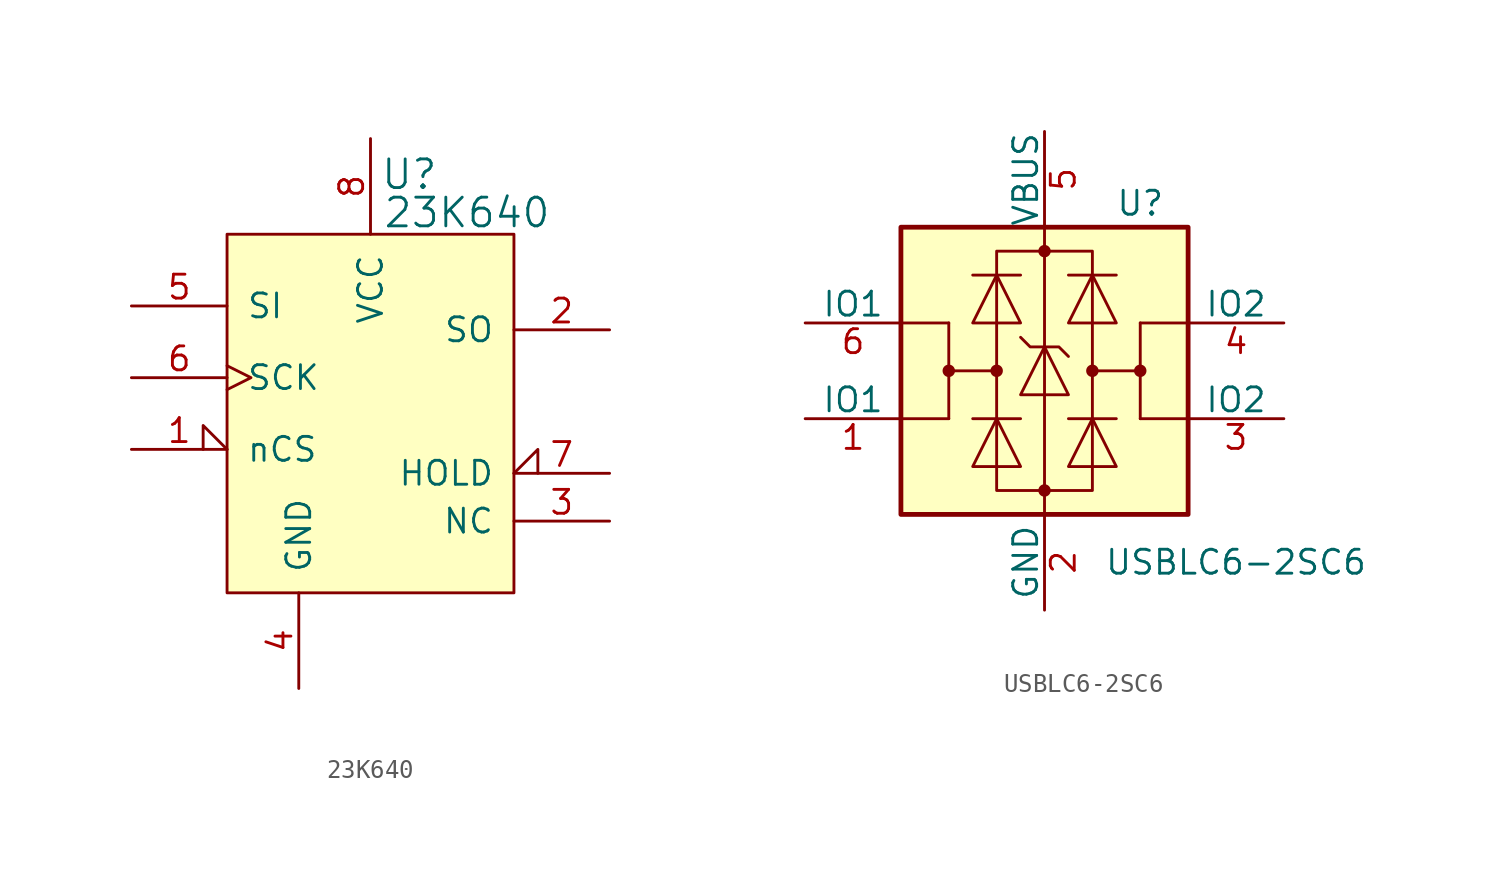
<source format=kicad_sym>
(kicad_symbol_lib
  (version 20220126)
  (generator kicad_symbol_editor)
  (symbol "23K640"
    (pin_names
      (offset 1.016))
    (property "Reference" "U"
      (at 4.318 9.525 0)
      (effects (font (size 1.524 1.524)) (justify left)))
    (property "Value" "23K640"
      (at 4.445 7.493 0)
      (effects (font (size 1.524 1.524)) (justify left)))
    (symbol "23K640_0_1"
      (rectangle (start 11.43 -12.7) (end -3.81 6.35) (stroke (width 0) (type default)) (fill (type background))))
    (symbol "23K640_1_1"
      (pin input input_low (at -8.89 -5.08 0) (length 5.08) (name "nCS" (effects (font (size 1.27 1.27)))) (number "1" (effects (font (size 1.27 1.27)))))
      (pin output line (at 16.51 1.27 180) (length 5.08) (name "SO" (effects (font (size 1.27 1.27)))) (number "2" (effects (font (size 1.27 1.27)))))
      (pin passive line (at 16.51 -8.89 180) (length 5.08) (name "NC" (effects (font (size 1.27 1.27)))) (number "3" (effects (font (size 1.27 1.27)))))
      (pin power_in line (at 0 -17.78 90) (length 5.08) (name "GND" (effects (font (size 1.27 1.27)))) (number "4" (effects (font (size 1.27 1.27)))))
      (pin input line (at -8.89 2.54 0) (length 5.08) (name "SI" (effects (font (size 1.27 1.27)))) (number "5" (effects (font (size 1.27 1.27)))))
      (pin input clock (at -8.89 -1.27 0) (length 5.08) (name "SCK" (effects (font (size 1.27 1.27)))) (number "6" (effects (font (size 1.27 1.27)))))
      (pin input input_low (at 16.51 -6.35 180) (length 5.08) (name "HOLD" (effects (font (size 1.27 1.27)))) (number "7" (effects (font (size 1.27 1.27)))))
      (pin power_in line (at 3.81 11.43 270) (length 5.08) (name "VCC" (effects (font (size 1.27 1.27)))) (number "8" (effects (font (size 1.27 1.27)))))))
  (symbol "USBLC6-2SC6"
    (pin_names
      (offset 0))
    (property "Reference" "U"
      (at 5.08 8.89 0)
      (effects (font (size 1.27 1.27))))
    (property "Value" "USBLC6-2SC6"
      (at 10.16 -10.16 0)
      (effects (font (size 1.27 1.27))))
    (symbol "USBLC6-2SC6_0_1"
      (rectangle (start -7.62 -7.62) (end 7.62 7.62) (stroke (width 0.254) (type default)) (fill (type background)))
      (circle (center -5.08 0) (radius 0.254) (stroke (width 0) (type default)) (fill (type outline)))
      (circle (center -2.54 0) (radius 0.254) (stroke (width 0) (type default)) (fill (type outline)))
      (circle (center 0 -6.35) (radius 0.254) (stroke (width 0) (type default)) (fill (type outline)))
      (polyline (pts (xy -5.08 -2.54) (xy -7.62 -2.54)) (stroke (width 0) (type default)) (fill (type none)))
      (polyline (pts (xy -5.08 0) (xy -5.08 -2.54)) (stroke (width 0) (type default)) (fill (type none)))
      (polyline (pts (xy -5.08 2.54) (xy -7.62 2.54)) (stroke (width 0) (type default)) (fill (type none)))
      (polyline (pts (xy -2.54 -2.54) (xy -2.54 5.08)) (stroke (width 0) (type default)) (fill (type none)))
      (polyline (pts (xy -1.27 -2.54) (xy -3.81 -2.54)) (stroke (width 0) (type default)) (fill (type none)))
      (polyline (pts (xy -1.27 5.08) (xy -3.81 5.08)) (stroke (width 0) (type default)) (fill (type none)))
      (polyline (pts (xy 0 -7.62) (xy 0 -6.35)) (stroke (width 0) (type default)) (fill (type none)))
      (polyline (pts (xy 0 -6.35) (xy 0 1.27)) (stroke (width 0) (type default)) (fill (type none)))
      (polyline (pts (xy 0 1.27) (xy 0 6.35)) (stroke (width 0) (type default)) (fill (type none)))
      (polyline (pts (xy 0 6.35) (xy 0 7.62)) (stroke (width 0) (type default)) (fill (type none)))
      (polyline (pts (xy 1.27 -2.54) (xy 3.81 -2.54)) (stroke (width 0) (type default)) (fill (type none)))
      (polyline (pts (xy 1.27 5.08) (xy 3.81 5.08)) (stroke (width 0) (type default)) (fill (type none)))
      (polyline (pts (xy 2.54 -2.54) (xy 2.54 5.08)) (stroke (width 0) (type default)) (fill (type none)))
      (polyline (pts (xy 5.08 -2.54) (xy 7.62 -2.54)) (stroke (width 0) (type default)) (fill (type none)))
      (polyline (pts (xy 5.08 0) (xy 5.08 -2.54)) (stroke (width 0) (type default)) (fill (type none)))
      (polyline (pts (xy 5.08 2.54) (xy 7.62 2.54)) (stroke (width 0) (type default)) (fill (type none)))
      (polyline (pts (xy -2.54 0) (xy -5.08 0) (xy -5.08 2.54)) (stroke (width 0) (type default)) (fill (type none)))
      (polyline (pts (xy 0 -6.35) (xy -2.54 -6.35) (xy -2.54 -2.54)) (stroke (width 0) (type default)) (fill (type none)))
      (polyline (pts (xy 2.54 -2.54) (xy 2.54 -6.35) (xy 0 -6.35)) (stroke (width 0) (type default)) (fill (type none)))
      (polyline (pts (xy 2.54 0) (xy 5.08 0) (xy 5.08 2.54)) (stroke (width 0) (type default)) (fill (type none)))
      (polyline (pts (xy -3.81 -5.08) (xy -1.27 -5.08) (xy -2.54 -2.54) (xy -3.81 -5.08)) (stroke (width 0) (type default)) (fill (type none)))
      (polyline (pts (xy -3.81 2.54) (xy -1.27 2.54) (xy -2.54 5.08) (xy -3.81 2.54)) (stroke (width 0) (type default)) (fill (type none)))
      (polyline (pts (xy -2.54 5.08) (xy -2.54 6.35) (xy 2.54 6.35) (xy 2.54 5.08)) (stroke (width 0) (type default)) (fill (type none)))
      (polyline (pts (xy -1.27 -1.27) (xy 1.27 -1.27) (xy 0 1.27) (xy -1.27 -1.27)) (stroke (width 0) (type default)) (fill (type none)))
      (polyline (pts (xy 1.27 0.762) (xy 0.762 1.27) (xy -0.762 1.27) (xy -1.27 1.778)) (stroke (width 0) (type default)) (fill (type none)))
      (polyline (pts (xy 3.81 -5.08) (xy 1.27 -5.08) (xy 2.54 -2.54) (xy 3.81 -5.08)) (stroke (width 0) (type default)) (fill (type none)))
      (polyline (pts (xy 3.81 2.54) (xy 1.27 2.54) (xy 2.54 5.08) (xy 3.81 2.54)) (stroke (width 0) (type default)) (fill (type none)))
      (circle (center 0 6.35) (radius 0.254) (stroke (width 0) (type default)) (fill (type outline)))
      (circle (center 2.54 0) (radius 0.254) (stroke (width 0) (type default)) (fill (type outline)))
      (circle (center 5.08 0) (radius 0.254) (stroke (width 0) (type default)) (fill (type outline))))
    (symbol "USBLC6-2SC6_1_1"
      (pin passive line (at -12.7 -2.54 0) (length 5.08) (name "IO1" (effects (font (size 1.27 1.27)))) (number "1" (effects (font (size 1.27 1.27)))))
      (pin power_in line (at 0 -12.7 90) (length 5.08) (name "GND" (effects (font (size 1.27 1.27)))) (number "2" (effects (font (size 1.27 1.27)))))
      (pin passive line (at 12.7 -2.54 180) (length 5.08) (name "IO2" (effects (font (size 1.27 1.27)))) (number "3" (effects (font (size 1.27 1.27)))))
      (pin passive line (at 12.7 2.54 180) (length 5.08) (name "IO2" (effects (font (size 1.27 1.27)))) (number "4" (effects (font (size 1.27 1.27)))))
      (pin passive line (at 0 12.7 270) (length 5.08) (name "VBUS" (effects (font (size 1.27 1.27)))) (number "5" (effects (font (size 1.27 1.27)))))
      (pin passive line (at -12.7 2.54 0) (length 5.08) (name "IO1" (effects (font (size 1.27 1.27)))) (number "6" (effects (font (size 1.27 1.27))))))))
</source>
